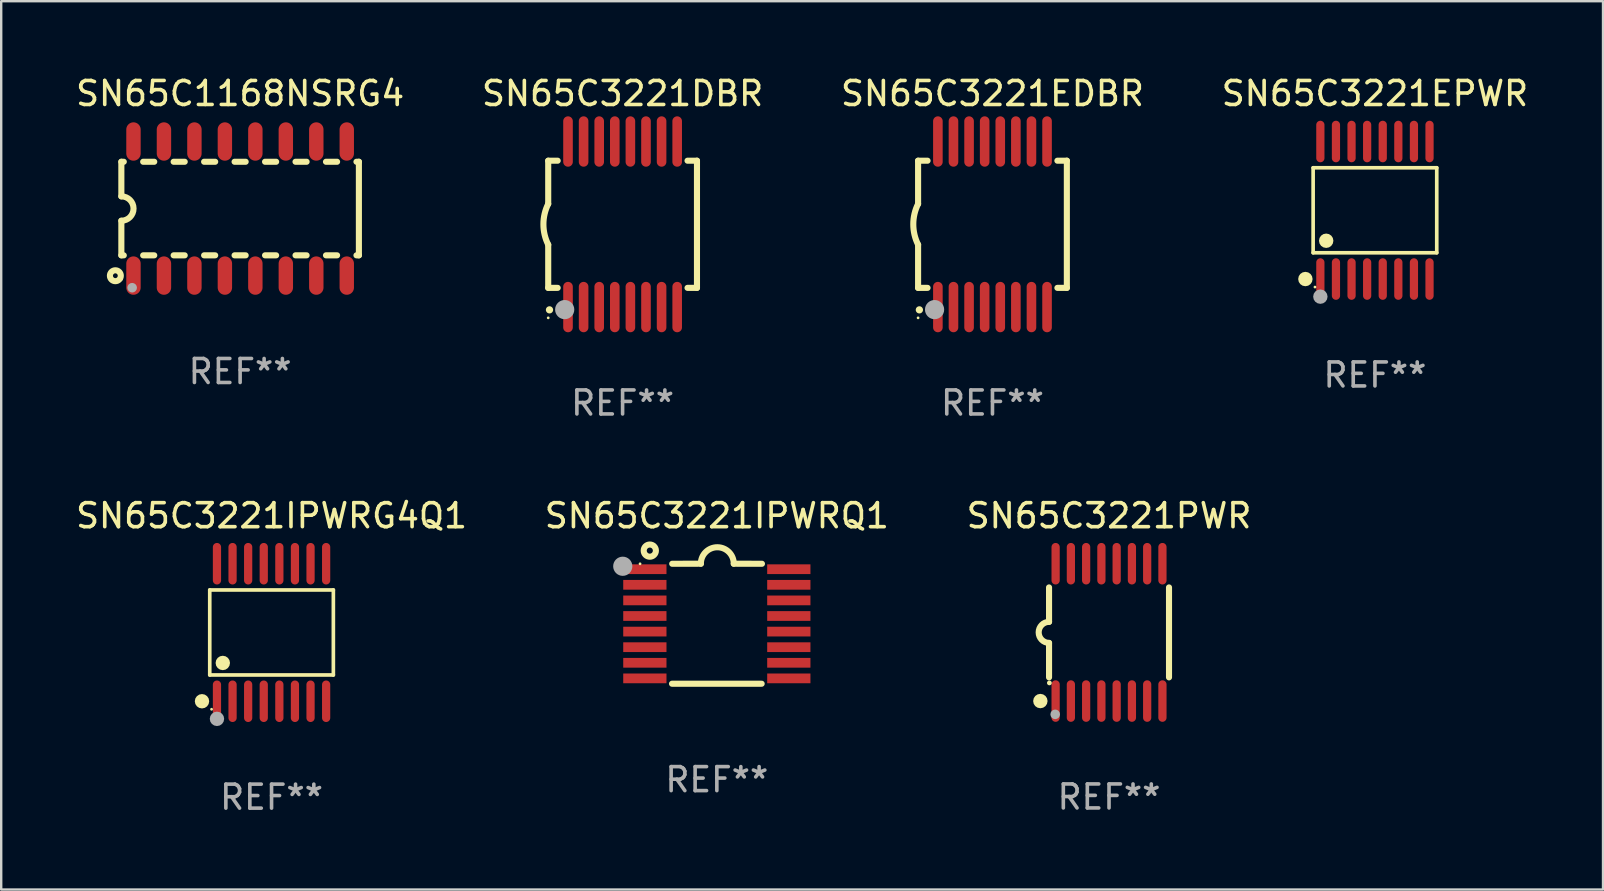
<source format=kicad_pcb>
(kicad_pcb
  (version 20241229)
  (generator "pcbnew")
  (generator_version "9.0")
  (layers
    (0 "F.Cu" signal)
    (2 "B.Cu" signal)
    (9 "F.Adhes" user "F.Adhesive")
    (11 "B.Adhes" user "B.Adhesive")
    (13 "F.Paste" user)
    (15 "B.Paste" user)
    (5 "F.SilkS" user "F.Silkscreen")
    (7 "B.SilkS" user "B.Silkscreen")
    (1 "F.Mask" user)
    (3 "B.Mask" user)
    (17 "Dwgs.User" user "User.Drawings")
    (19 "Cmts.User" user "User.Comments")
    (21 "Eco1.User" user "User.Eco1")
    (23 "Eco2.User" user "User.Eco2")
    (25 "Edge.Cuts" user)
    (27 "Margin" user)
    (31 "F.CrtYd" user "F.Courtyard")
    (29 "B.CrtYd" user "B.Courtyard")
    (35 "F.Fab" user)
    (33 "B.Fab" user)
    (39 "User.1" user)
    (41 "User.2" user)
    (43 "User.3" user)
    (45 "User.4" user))
  (footprint "SN65C3221EDBR"
    (layer "F.Cu")
    (at 38.315 6.298)
    (property "Reference" "SN65C3221EDBR" (at 0 -5.45 0) (layer "F.SilkS") (effects (font (size 1 1) (thickness 0.15))))
    (attr through_hole)
    (fp_line (start -3.1 -2.65) (end -3.1 -0.85) (stroke (width 0.254) (type solid)) (layer "F.SilkS"))
    (fp_line (start -3.1 -2.65) (end -2.706 -2.65) (stroke (width 0.254) (type solid)) (layer "F.SilkS"))
    (fp_line (start -3.1 2.65) (end -3.1 0.85) (stroke (width 0.254) (type solid)) (layer "F.SilkS"))
    (fp_line (start -3.1 2.65) (end -2.706 2.65) (stroke (width 0.254) (type solid)) (layer "F.SilkS"))
    (fp_line (start 2.706 -2.65) (end 3.1 -2.65) (stroke (width 0.254) (type solid)) (layer "F.SilkS"))
    (fp_line (start 2.706 2.65) (end 3.1 2.65) (stroke (width 0.254) (type solid)) (layer "F.SilkS"))
    (fp_line (start 3.1 -2.65) (end 3.1 2.65) (stroke (width 0.254) (type solid)) (layer "F.SilkS"))
    (fp_arc (start -3.098907 0.850902) (mid -3.300057 0.000523) (end -3.1 -0.850114) (stroke (width 0.254001) (type solid)) (layer "F.SilkS"))
    (fp_arc (start -3.048006 3.566066) (mid -3.046736 3.566061) (end -3.045466 3.566066) (stroke (width 0.3) (type solid)) (layer "F.SilkS"))
    (fp_circle (center -3.1 3.9) (end -3.07 3.9) (stroke (width 0.06) (type solid)) (fill no) (layer "F.SilkS"))
    (fp_circle (center -2.413 3.556) (end -2.213 3.556) (stroke (width 0.4) (type solid)) (fill no) (layer "F.Fab"))
    (fp_text user "REF**" (at 0 7.45 0) (layer "F.Fab") (effects (font (size 1 1) (thickness 0.15))))
    (pad "1" smd oval (at -2.275 3.45 180) (size 0.4 2.1) (layers "F.Cu" "F.Mask" "F.Paste"))
    (pad "2" smd oval (at -1.625 3.45 180) (size 0.4 2.1) (layers "F.Cu" "F.Mask" "F.Paste"))
    (pad "3" smd oval (at -0.975 3.45 180) (size 0.4 2.1) (layers "F.Cu" "F.Mask" "F.Paste"))
    (pad "4" smd oval (at -0.325 3.45 180) (size 0.4 2.1) (layers "F.Cu" "F.Mask" "F.Paste"))
    (pad "5" smd oval (at 0.325 3.45 180) (size 0.4 2.1) (layers "F.Cu" "F.Mask" "F.Paste"))
    (pad "6" smd oval (at 0.975 3.45 180) (size 0.4 2.1) (layers "F.Cu" "F.Mask" "F.Paste"))
    (pad "7" smd oval (at 1.625 3.45 180) (size 0.4 2.1) (layers "F.Cu" "F.Mask" "F.Paste"))
    (pad "8" smd oval (at 2.275 3.45 180) (size 0.4 2.1) (layers "F.Cu" "F.Mask" "F.Paste"))
    (pad "9" smd oval (at 2.275 -3.45 180) (size 0.4 2.1) (layers "F.Cu" "F.Mask" "F.Paste"))
    (pad "10" smd oval (at 1.625 -3.45 180) (size 0.4 2.1) (layers "F.Cu" "F.Mask" "F.Paste"))
    (pad "11" smd oval (at 0.975 -3.45 180) (size 0.4 2.1) (layers "F.Cu" "F.Mask" "F.Paste"))
    (pad "12" smd oval (at 0.325 -3.45 180) (size 0.4 2.1) (layers "F.Cu" "F.Mask" "F.Paste"))
    (pad "13" smd oval (at -0.325 -3.45 180) (size 0.4 2.1) (layers "F.Cu" "F.Mask" "F.Paste"))
    (pad "14" smd oval (at -0.975 -3.45 180) (size 0.4 2.1) (layers "F.Cu" "F.Mask" "F.Paste"))
    (pad "15" smd oval (at -1.625 -3.45 180) (size 0.4 2.1) (layers "F.Cu" "F.Mask" "F.Paste"))
    (pad "16" smd oval (at -2.275 -3.45 180) (size 0.4 2.1) (layers "F.Cu" "F.Mask" "F.Paste")))
  (footprint "SN65C3221EPWR"
    (layer "F.Cu")
    (at 54.256 5.714)
    (property "Reference" "SN65C3221EPWR" (at 0 -4.866 0) (layer "F.SilkS") (effects (font (size 1 1) (thickness 0.15))))
    (attr through_hole)
    (fp_line (start -2.576 -1.772) (end 2.576 -1.772) (stroke (width 0.152) (type solid)) (layer "F.SilkS"))
    (fp_line (start -2.576 1.771) (end -2.576 -1.772) (stroke (width 0.152) (type solid)) (layer "F.SilkS"))
    (fp_line (start 2.576 -1.772) (end 2.576 1.771) (stroke (width 0.152) (type solid)) (layer "F.SilkS"))
    (fp_line (start 2.576 1.771) (end -2.576 1.771) (stroke (width 0.152) (type solid)) (layer "F.SilkS"))
    (fp_circle (center -2.899 2.866) (end -2.749 2.866) (stroke (width 0.3) (type solid)) (fill no) (layer "F.SilkS"))
    (fp_circle (center -2.5 3.2) (end -2.47 3.2) (stroke (width 0.06) (type solid)) (fill no) (layer "F.SilkS"))
    (fp_circle (center -2.032 1.27) (end -1.882 1.27) (stroke (width 0.3) (type solid)) (fill no) (layer "F.SilkS"))
    (fp_circle (center -2.275 3.6) (end -2.125 3.6) (stroke (width 0.3) (type solid)) (fill no) (layer "F.Fab"))
    (fp_text user "REF**" (at 0 6.866 0) (layer "F.Fab") (effects (font (size 1 1) (thickness 0.15))))
    (pad "1" smd oval (at -2.275 2.866) (size 0.343 1.731) (layers "F.Cu" "F.Mask" "F.Paste"))
    (pad "2" smd oval (at -1.625 2.866) (size 0.343 1.731) (layers "F.Cu" "F.Mask" "F.Paste"))
    (pad "3" smd oval (at -0.975 2.866) (size 0.343 1.731) (layers "F.Cu" "F.Mask" "F.Paste"))
    (pad "4" smd oval (at -0.325 2.866) (size 0.343 1.731) (layers "F.Cu" "F.Mask" "F.Paste"))
    (pad "5" smd oval (at 0.325 2.866) (size 0.343 1.731) (layers "F.Cu" "F.Mask" "F.Paste"))
    (pad "6" smd oval (at 0.975 2.866) (size 0.343 1.731) (layers "F.Cu" "F.Mask" "F.Paste"))
    (pad "7" smd oval (at 1.625 2.866) (size 0.343 1.731) (layers "F.Cu" "F.Mask" "F.Paste"))
    (pad "8" smd oval (at 2.275 2.866) (size 0.343 1.731) (layers "F.Cu" "F.Mask" "F.Paste"))
    (pad "9" smd oval (at 2.275 -2.866) (size 0.343 1.731) (layers "F.Cu" "F.Mask" "F.Paste"))
    (pad "10" smd oval (at 1.625 -2.866) (size 0.343 1.731) (layers "F.Cu" "F.Mask" "F.Paste"))
    (pad "11" smd oval (at 0.975 -2.866) (size 0.343 1.731) (layers "F.Cu" "F.Mask" "F.Paste"))
    (pad "12" smd oval (at 0.325 -2.866) (size 0.343 1.731) (layers "F.Cu" "F.Mask" "F.Paste"))
    (pad "13" smd oval (at -0.325 -2.866) (size 0.343 1.731) (layers "F.Cu" "F.Mask" "F.Paste"))
    (pad "14" smd oval (at -0.975 -2.866) (size 0.343 1.731) (layers "F.Cu" "F.Mask" "F.Paste"))
    (pad "15" smd oval (at -1.625 -2.866) (size 0.343 1.731) (layers "F.Cu" "F.Mask" "F.Paste"))
    (pad "16" smd oval (at -2.275 -2.866) (size 0.343 1.731) (layers "F.Cu" "F.Mask" "F.Paste")))
  (footprint "SN65C3221IPWRQ1"
    (layer "F.Cu")
    (at 26.827 22.946)
    (property "Reference" "SN65C3221IPWRQ1" (at 0 -4.501 0) (layer "F.SilkS") (effects (font (size 1 1) (thickness 0.15))))
    (attr through_hole)
    (fp_line (start -1.868 2.501) (end 1.868 2.501) (stroke (width 0.254) (type solid)) (layer "F.SilkS"))
    (fp_line (start -1.86 -2.499) (end -0.666 -2.501) (stroke (width 0.254) (type solid)) (layer "F.SilkS"))
    (fp_line (start 0.706 -2.501) (end 1.88 -2.499) (stroke (width 0.254) (type solid)) (layer "F.SilkS"))
    (fp_arc (start -0.665914 -2.501448) (mid 0.019888 -3.18725) (end 0.70569 -2.501448) (stroke (width 0.254001) (type solid)) (layer "F.SilkS"))
    (fp_circle (center -3.2 -2.497) (end -3.17 -2.497) (stroke (width 0.06) (type solid)) (fill no) (layer "F.SilkS"))
    (fp_circle (center -2.794 -3.047) (end -2.54 -3.047) (stroke (width 0.254) (type solid)) (fill no) (layer "F.SilkS"))
    (fp_circle (center -3.921 -2.395) (end -3.721 -2.395) (stroke (width 0.4) (type solid)) (fill no) (layer "F.Fab"))
    (fp_text user "REF**" (at 0 6.501 0) (layer "F.Fab") (effects (font (size 1 1) (thickness 0.15))))
    (pad "1" smd rect (at -3 -2.272) (size 1.803 0.406) (layers "F.Cu" "F.Mask" "F.Paste"))
    (pad "2" smd rect (at -3 -1.622) (size 1.803 0.406) (layers "F.Cu" "F.Mask" "F.Paste"))
    (pad "3" smd rect (at -3 -0.972) (size 1.803 0.406) (layers "F.Cu" "F.Mask" "F.Paste"))
    (pad "4" smd rect (at -3 -0.322) (size 1.803 0.406) (layers "F.Cu" "F.Mask" "F.Paste"))
    (pad "5" smd rect (at -3 0.328) (size 1.803 0.406) (layers "F.Cu" "F.Mask" "F.Paste"))
    (pad "6" smd rect (at -3 0.978) (size 1.803 0.406) (layers "F.Cu" "F.Mask" "F.Paste"))
    (pad "7" smd rect (at -3 1.628) (size 1.803 0.406) (layers "F.Cu" "F.Mask" "F.Paste"))
    (pad "8" smd rect (at -3 2.278) (size 1.803 0.406) (layers "F.Cu" "F.Mask" "F.Paste"))
    (pad "9" smd rect (at 3 2.278) (size 1.803 0.406) (layers "F.Cu" "F.Mask" "F.Paste"))
    (pad "10" smd rect (at 3 1.628) (size 1.803 0.406) (layers "F.Cu" "F.Mask" "F.Paste"))
    (pad "11" smd rect (at 3 0.978) (size 1.803 0.406) (layers "F.Cu" "F.Mask" "F.Paste"))
    (pad "12" smd rect (at 3 0.328) (size 1.803 0.406) (layers "F.Cu" "F.Mask" "F.Paste"))
    (pad "13" smd rect (at 3 -0.322) (size 1.803 0.406) (layers "F.Cu" "F.Mask" "F.Paste"))
    (pad "14" smd rect (at 3 -0.972) (size 1.803 0.406) (layers "F.Cu" "F.Mask" "F.Paste"))
    (pad "15" smd rect (at 3 -1.622) (size 1.803 0.406) (layers "F.Cu" "F.Mask" "F.Paste"))
    (pad "16" smd rect (at 3 -2.272) (size 1.803 0.406) (layers "F.Cu" "F.Mask" "F.Paste")))
  (footprint "SN65C1168NSRG4"
    (layer "F.Cu")
    (at 6.958 5.642)
    (property "Reference" "SN65C1168NSRG4" (at 0 -4.794 0) (layer "F.SilkS") (effects (font (size 1 1) (thickness 0.15))))
    (attr through_hole)
    (fp_line (start -4.95 -1.95) (end -4.95 -0.508) (stroke (width 0.254) (type solid)) (layer "F.SilkS"))
    (fp_line (start -4.95 -1.95) (end -4.849 -1.95) (stroke (width 0.254) (type solid)) (layer "F.SilkS"))
    (fp_line (start -4.95 1.95) (end -4.95 0.508) (stroke (width 0.254) (type solid)) (layer "F.SilkS"))
    (fp_line (start -4.95 1.95) (end -4.849 1.95) (stroke (width 0.254) (type solid)) (layer "F.SilkS"))
    (fp_line (start -4.041 -1.95) (end -3.579 -1.95) (stroke (width 0.254) (type solid)) (layer "F.SilkS"))
    (fp_line (start -4.041 1.95) (end -3.579 1.95) (stroke (width 0.254) (type solid)) (layer "F.SilkS"))
    (fp_line (start -2.771 -1.95) (end -2.309 -1.95) (stroke (width 0.254) (type solid)) (layer "F.SilkS"))
    (fp_line (start -2.771 1.95) (end -2.309 1.95) (stroke (width 0.254) (type solid)) (layer "F.SilkS"))
    (fp_line (start -1.501 -1.95) (end -1.039 -1.95) (stroke (width 0.254) (type solid)) (layer "F.SilkS"))
    (fp_line (start -1.501 1.95) (end -1.039 1.95) (stroke (width 0.254) (type solid)) (layer "F.SilkS"))
    (fp_line (start -0.231 -1.95) (end 0.231 -1.95) (stroke (width 0.254) (type solid)) (layer "F.SilkS"))
    (fp_line (start -0.231 1.95) (end 0.231 1.95) (stroke (width 0.254) (type solid)) (layer "F.SilkS"))
    (fp_line (start 1.039 -1.95) (end 1.501 -1.95) (stroke (width 0.254) (type solid)) (layer "F.SilkS"))
    (fp_line (start 1.039 1.95) (end 1.501 1.95) (stroke (width 0.254) (type solid)) (layer "F.SilkS"))
    (fp_line (start 2.309 -1.95) (end 2.771 -1.95) (stroke (width 0.254) (type solid)) (layer "F.SilkS"))
    (fp_line (start 2.309 1.95) (end 2.771 1.95) (stroke (width 0.254) (type solid)) (layer "F.SilkS"))
    (fp_line (start 3.579 -1.95) (end 4.041 -1.95) (stroke (width 0.254) (type solid)) (layer "F.SilkS"))
    (fp_line (start 3.579 1.95) (end 4.041 1.95) (stroke (width 0.254) (type solid)) (layer "F.SilkS"))
    (fp_line (start 4.849 -1.95) (end 4.95 -1.95) (stroke (width 0.254) (type solid)) (layer "F.SilkS"))
    (fp_line (start 4.849 1.95) (end 4.95 1.95) (stroke (width 0.254) (type solid)) (layer "F.SilkS"))
    (fp_line (start 4.95 -1.95) (end 4.95 1.95) (stroke (width 0.254) (type solid)) (layer "F.SilkS"))
    (fp_arc (start -4.95047 -0.508001) (mid -4.442469 -0.000228) (end -4.950013 0.508001) (stroke (width 0.254001) (type solid)) (layer "F.SilkS"))
    (fp_circle (center -5.2 2.8) (end -5.1 2.8) (stroke (width 0.254) (type solid)) (fill no) (layer "F.SilkS"))
    (fp_circle (center -4.95 2.947) (end -4.92 2.947) (stroke (width 0.06) (type solid)) (fill no) (layer "F.SilkS"))
    (fp_circle (center -4.5 3.3) (end -4.4 3.3) (stroke (width 0.2) (type solid)) (fill no) (layer "F.Fab"))
    (fp_text user "REF**" (at 0 6.794 0) (layer "F.Fab") (effects (font (size 1 1) (thickness 0.15))))
    (pad "1" smd oval (at -4.445 2.794) (size 0.6 1.6) (layers "F.Cu" "F.Mask" "F.Paste"))
    (pad "2" smd oval (at -3.175 2.794) (size 0.6 1.6) (layers "F.Cu" "F.Mask" "F.Paste"))
    (pad "3" smd oval (at -1.905 2.794) (size 0.6 1.6) (layers "F.Cu" "F.Mask" "F.Paste"))
    (pad "4" smd oval (at -0.635 2.794) (size 0.6 1.6) (layers "F.Cu" "F.Mask" "F.Paste"))
    (pad "5" smd oval (at 0.635 2.794) (size 0.6 1.6) (layers "F.Cu" "F.Mask" "F.Paste"))
    (pad "6" smd oval (at 1.905 2.794) (size 0.6 1.6) (layers "F.Cu" "F.Mask" "F.Paste"))
    (pad "7" smd oval (at 3.175 2.794) (size 0.6 1.6) (layers "F.Cu" "F.Mask" "F.Paste"))
    (pad "8" smd oval (at 4.445 2.794) (size 0.6 1.6) (layers "F.Cu" "F.Mask" "F.Paste"))
    (pad "9" smd oval (at 4.445 -2.794) (size 0.6 1.6) (layers "F.Cu" "F.Mask" "F.Paste"))
    (pad "10" smd oval (at 3.175 -2.794) (size 0.6 1.6) (layers "F.Cu" "F.Mask" "F.Paste"))
    (pad "11" smd oval (at 1.905 -2.794) (size 0.6 1.6) (layers "F.Cu" "F.Mask" "F.Paste"))
    (pad "12" smd oval (at 0.635 -2.794) (size 0.6 1.6) (layers "F.Cu" "F.Mask" "F.Paste"))
    (pad "13" smd oval (at -0.635 -2.794) (size 0.6 1.6) (layers "F.Cu" "F.Mask" "F.Paste"))
    (pad "14" smd oval (at -1.905 -2.794) (size 0.6 1.6) (layers "F.Cu" "F.Mask" "F.Paste"))
    (pad "15" smd oval (at -3.175 -2.794) (size 0.6 1.6) (layers "F.Cu" "F.Mask" "F.Paste"))
    (pad "16" smd oval (at -4.445 -2.794) (size 0.6 1.6) (layers "F.Cu" "F.Mask" "F.Paste")))
  (footprint "SN65C3221PWR"
    (layer "F.Cu")
    (at 43.173 23.307)
    (property "Reference" "SN65C3221PWR" (at 0 -4.862 0) (layer "F.SilkS") (effects (font (size 1 1) (thickness 0.15))))
    (attr through_hole)
    (fp_line (start -2.5 -1.874) (end -2.5 -0.439) (stroke (width 0.254) (type solid)) (layer "F.SilkS"))
    (fp_line (start -2.5 1.874) (end -2.5 0.439) (stroke (width 0.254) (type solid)) (layer "F.SilkS"))
    (fp_line (start 2.5 -1.874) (end 2.5 1.874) (stroke (width 0.254) (type solid)) (layer "F.SilkS"))
    (fp_arc (start -2.5 0.438989) (mid -2.938633 -0.000597) (end -2.499365 -0.439547) (stroke (width 0.254001) (type solid)) (layer "F.SilkS"))
    (fp_circle (center -2.862 2.862) (end -2.712 2.862) (stroke (width 0.3) (type solid)) (fill no) (layer "F.SilkS"))
    (fp_circle (center -2.486 2.106) (end -2.436 2.106) (stroke (width 0.1) (type solid)) (fill no) (layer "F.SilkS"))
    (fp_circle (center -2.244 3.416) (end -2.144 3.416) (stroke (width 0.2) (type solid)) (fill no) (layer "F.Fab"))
    (fp_text user "REF**" (at 0 6.862 0) (layer "F.Fab") (effects (font (size 1 1) (thickness 0.15))))
    (pad "1" smd oval (at -2.226 2.862) (size 0.343 1.731) (layers "F.Cu" "F.Mask" "F.Paste"))
    (pad "2" smd oval (at -1.59 2.862) (size 0.343 1.731) (layers "F.Cu" "F.Mask" "F.Paste"))
    (pad "3" smd oval (at -0.954 2.862) (size 0.343 1.731) (layers "F.Cu" "F.Mask" "F.Paste"))
    (pad "4" smd oval (at -0.318 2.862) (size 0.343 1.731) (layers "F.Cu" "F.Mask" "F.Paste"))
    (pad "5" smd oval (at 0.318 2.862) (size 0.343 1.731) (layers "F.Cu" "F.Mask" "F.Paste"))
    (pad "6" smd oval (at 0.954 2.862) (size 0.343 1.731) (layers "F.Cu" "F.Mask" "F.Paste"))
    (pad "7" smd oval (at 1.59 2.862) (size 0.343 1.731) (layers "F.Cu" "F.Mask" "F.Paste"))
    (pad "8" smd oval (at 2.226 2.862) (size 0.343 1.731) (layers "F.Cu" "F.Mask" "F.Paste"))
    (pad "9" smd oval (at 2.226 -2.862) (size 0.343 1.731) (layers "F.Cu" "F.Mask" "F.Paste"))
    (pad "10" smd oval (at 1.59 -2.862) (size 0.343 1.731) (layers "F.Cu" "F.Mask" "F.Paste"))
    (pad "11" smd oval (at 0.954 -2.862) (size 0.343 1.731) (layers "F.Cu" "F.Mask" "F.Paste"))
    (pad "12" smd oval (at 0.318 -2.862) (size 0.343 1.731) (layers "F.Cu" "F.Mask" "F.Paste"))
    (pad "13" smd oval (at -0.318 -2.862) (size 0.343 1.731) (layers "F.Cu" "F.Mask" "F.Paste"))
    (pad "14" smd oval (at -0.954 -2.862) (size 0.343 1.731) (layers "F.Cu" "F.Mask" "F.Paste"))
    (pad "15" smd oval (at -1.59 -2.862) (size 0.343 1.731) (layers "F.Cu" "F.Mask" "F.Paste"))
    (pad "16" smd oval (at -2.226 -2.862) (size 0.343 1.731) (layers "F.Cu" "F.Mask" "F.Paste")))
  (footprint "SN65C3221IPWRG4Q1"
    (layer "F.Cu")
    (at 8.268 23.311)
    (property "Reference" "SN65C3221IPWRG4Q1" (at 0 -4.866 0) (layer "F.SilkS") (effects (font (size 1 1) (thickness 0.15))))
    (attr through_hole)
    (fp_line (start -2.576 -1.772) (end 2.576 -1.772) (stroke (width 0.152) (type solid)) (layer "F.SilkS"))
    (fp_line (start -2.576 1.771) (end -2.576 -1.772) (stroke (width 0.152) (type solid)) (layer "F.SilkS"))
    (fp_line (start 2.576 -1.772) (end 2.576 1.771) (stroke (width 0.152) (type solid)) (layer "F.SilkS"))
    (fp_line (start 2.576 1.771) (end -2.576 1.771) (stroke (width 0.152) (type solid)) (layer "F.SilkS"))
    (fp_circle (center -2.899 2.866) (end -2.749 2.866) (stroke (width 0.3) (type solid)) (fill no) (layer "F.SilkS"))
    (fp_circle (center -2.5 3.2) (end -2.47 3.2) (stroke (width 0.06) (type solid)) (fill no) (layer "F.SilkS"))
    (fp_circle (center -2.032 1.27) (end -1.882 1.27) (stroke (width 0.3) (type solid)) (fill no) (layer "F.SilkS"))
    (fp_circle (center -2.275 3.6) (end -2.125 3.6) (stroke (width 0.3) (type solid)) (fill no) (layer "F.Fab"))
    (fp_text user "REF**" (at 0 6.866 0) (layer "F.Fab") (effects (font (size 1 1) (thickness 0.15))))
    (pad "1" smd oval (at -2.275 2.866) (size 0.343 1.731) (layers "F.Cu" "F.Mask" "F.Paste"))
    (pad "2" smd oval (at -1.625 2.866) (size 0.343 1.731) (layers "F.Cu" "F.Mask" "F.Paste"))
    (pad "3" smd oval (at -0.975 2.866) (size 0.343 1.731) (layers "F.Cu" "F.Mask" "F.Paste"))
    (pad "4" smd oval (at -0.325 2.866) (size 0.343 1.731) (layers "F.Cu" "F.Mask" "F.Paste"))
    (pad "5" smd oval (at 0.325 2.866) (size 0.343 1.731) (layers "F.Cu" "F.Mask" "F.Paste"))
    (pad "6" smd oval (at 0.975 2.866) (size 0.343 1.731) (layers "F.Cu" "F.Mask" "F.Paste"))
    (pad "7" smd oval (at 1.625 2.866) (size 0.343 1.731) (layers "F.Cu" "F.Mask" "F.Paste"))
    (pad "8" smd oval (at 2.275 2.866) (size 0.343 1.731) (layers "F.Cu" "F.Mask" "F.Paste"))
    (pad "9" smd oval (at 2.275 -2.866) (size 0.343 1.731) (layers "F.Cu" "F.Mask" "F.Paste"))
    (pad "10" smd oval (at 1.625 -2.866) (size 0.343 1.731) (layers "F.Cu" "F.Mask" "F.Paste"))
    (pad "11" smd oval (at 0.975 -2.866) (size 0.343 1.731) (layers "F.Cu" "F.Mask" "F.Paste"))
    (pad "12" smd oval (at 0.325 -2.866) (size 0.343 1.731) (layers "F.Cu" "F.Mask" "F.Paste"))
    (pad "13" smd oval (at -0.325 -2.866) (size 0.343 1.731) (layers "F.Cu" "F.Mask" "F.Paste"))
    (pad "14" smd oval (at -0.975 -2.866) (size 0.343 1.731) (layers "F.Cu" "F.Mask" "F.Paste"))
    (pad "15" smd oval (at -1.625 -2.866) (size 0.343 1.731) (layers "F.Cu" "F.Mask" "F.Paste"))
    (pad "16" smd oval (at -2.275 -2.866) (size 0.343 1.731) (layers "F.Cu" "F.Mask" "F.Paste")))
  (footprint "SN65C3221DBR"
    (layer "F.Cu")
    (at 22.899 6.298)
    (property "Reference" "SN65C3221DBR" (at 0 -5.45 0) (layer "F.SilkS") (effects (font (size 1 1) (thickness 0.15))))
    (attr through_hole)
    (fp_line (start -3.1 -2.65) (end -3.1 -0.85) (stroke (width 0.254) (type solid)) (layer "F.SilkS"))
    (fp_line (start -3.1 -2.65) (end -2.706 -2.65) (stroke (width 0.254) (type solid)) (layer "F.SilkS"))
    (fp_line (start -3.1 2.65) (end -3.1 0.85) (stroke (width 0.254) (type solid)) (layer "F.SilkS"))
    (fp_line (start -3.1 2.65) (end -2.706 2.65) (stroke (width 0.254) (type solid)) (layer "F.SilkS"))
    (fp_line (start 2.706 -2.65) (end 3.1 -2.65) (stroke (width 0.254) (type solid)) (layer "F.SilkS"))
    (fp_line (start 2.706 2.65) (end 3.1 2.65) (stroke (width 0.254) (type solid)) (layer "F.SilkS"))
    (fp_line (start 3.1 -2.65) (end 3.1 2.65) (stroke (width 0.254) (type solid)) (layer "F.SilkS"))
    (fp_arc (start -3.098907 0.850902) (mid -3.300057 0.000523) (end -3.1 -0.850114) (stroke (width 0.254001) (type solid)) (layer "F.SilkS"))
    (fp_arc (start -3.048006 3.566066) (mid -3.046736 3.566061) (end -3.045466 3.566066) (stroke (width 0.3) (type solid)) (layer "F.SilkS"))
    (fp_circle (center -3.1 3.9) (end -3.07 3.9) (stroke (width 0.06) (type solid)) (fill no) (layer "F.SilkS"))
    (fp_circle (center -2.413 3.556) (end -2.213 3.556) (stroke (width 0.4) (type solid)) (fill no) (layer "F.Fab"))
    (fp_text user "REF**" (at 0 7.45 0) (layer "F.Fab") (effects (font (size 1 1) (thickness 0.15))))
    (pad "1" smd oval (at -2.275 3.45 180) (size 0.4 2.1) (layers "F.Cu" "F.Mask" "F.Paste"))
    (pad "2" smd oval (at -1.625 3.45 180) (size 0.4 2.1) (layers "F.Cu" "F.Mask" "F.Paste"))
    (pad "3" smd oval (at -0.975 3.45 180) (size 0.4 2.1) (layers "F.Cu" "F.Mask" "F.Paste"))
    (pad "4" smd oval (at -0.325 3.45 180) (size 0.4 2.1) (layers "F.Cu" "F.Mask" "F.Paste"))
    (pad "5" smd oval (at 0.325 3.45 180) (size 0.4 2.1) (layers "F.Cu" "F.Mask" "F.Paste"))
    (pad "6" smd oval (at 0.975 3.45 180) (size 0.4 2.1) (layers "F.Cu" "F.Mask" "F.Paste"))
    (pad "7" smd oval (at 1.625 3.45 180) (size 0.4 2.1) (layers "F.Cu" "F.Mask" "F.Paste"))
    (pad "8" smd oval (at 2.275 3.45 180) (size 0.4 2.1) (layers "F.Cu" "F.Mask" "F.Paste"))
    (pad "9" smd oval (at 2.275 -3.45 180) (size 0.4 2.1) (layers "F.Cu" "F.Mask" "F.Paste"))
    (pad "10" smd oval (at 1.625 -3.45 180) (size 0.4 2.1) (layers "F.Cu" "F.Mask" "F.Paste"))
    (pad "11" smd oval (at 0.975 -3.45 180) (size 0.4 2.1) (layers "F.Cu" "F.Mask" "F.Paste"))
    (pad "12" smd oval (at 0.325 -3.45 180) (size 0.4 2.1) (layers "F.Cu" "F.Mask" "F.Paste"))
    (pad "13" smd oval (at -0.325 -3.45 180) (size 0.4 2.1) (layers "F.Cu" "F.Mask" "F.Paste"))
    (pad "14" smd oval (at -0.975 -3.45 180) (size 0.4 2.1) (layers "F.Cu" "F.Mask" "F.Paste"))
    (pad "15" smd oval (at -1.625 -3.45 180) (size 0.4 2.1) (layers "F.Cu" "F.Mask" "F.Paste"))
    (pad "16" smd oval (at -2.275 -3.45 180) (size 0.4 2.1) (layers "F.Cu" "F.Mask" "F.Paste")))
  (gr_rect
    (start -3 -3)
    (end 63.762 34.025)
    (stroke (width 0.1) (type default))
    (fill no)
    (layer "Edge.Cuts")))
</source>
